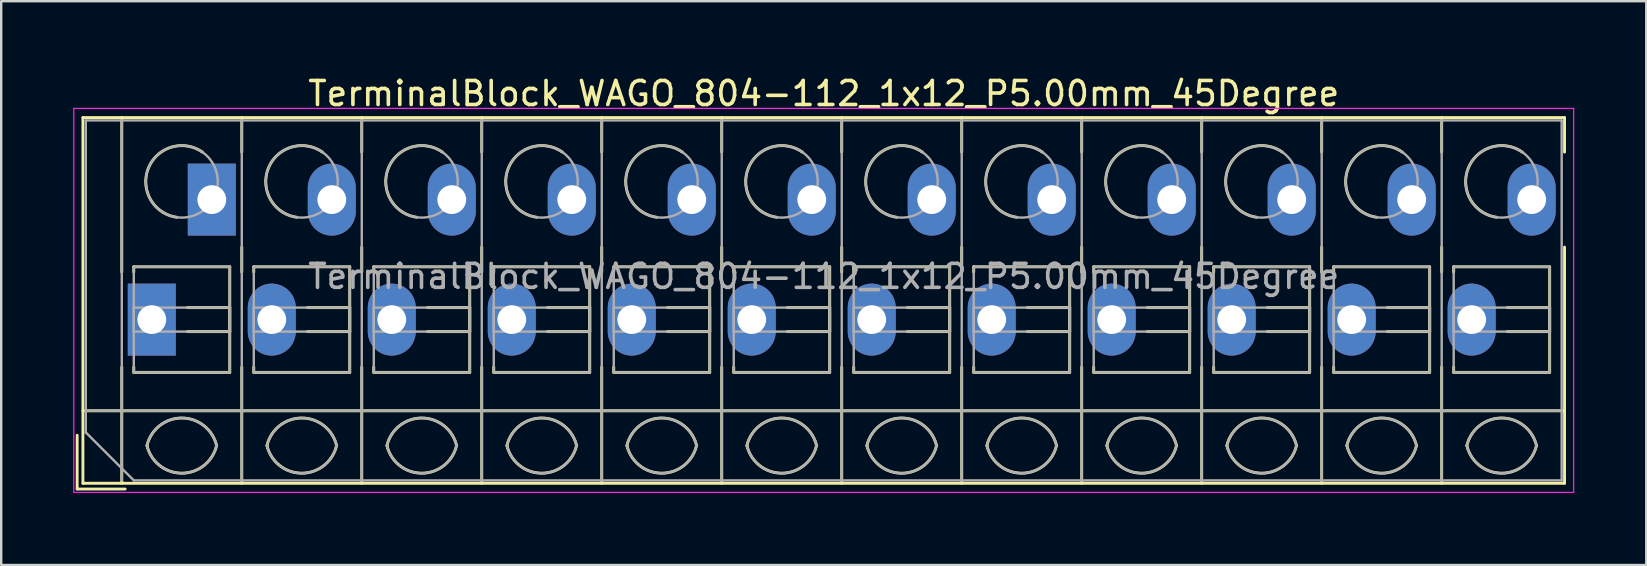
<source format=kicad_pcb>
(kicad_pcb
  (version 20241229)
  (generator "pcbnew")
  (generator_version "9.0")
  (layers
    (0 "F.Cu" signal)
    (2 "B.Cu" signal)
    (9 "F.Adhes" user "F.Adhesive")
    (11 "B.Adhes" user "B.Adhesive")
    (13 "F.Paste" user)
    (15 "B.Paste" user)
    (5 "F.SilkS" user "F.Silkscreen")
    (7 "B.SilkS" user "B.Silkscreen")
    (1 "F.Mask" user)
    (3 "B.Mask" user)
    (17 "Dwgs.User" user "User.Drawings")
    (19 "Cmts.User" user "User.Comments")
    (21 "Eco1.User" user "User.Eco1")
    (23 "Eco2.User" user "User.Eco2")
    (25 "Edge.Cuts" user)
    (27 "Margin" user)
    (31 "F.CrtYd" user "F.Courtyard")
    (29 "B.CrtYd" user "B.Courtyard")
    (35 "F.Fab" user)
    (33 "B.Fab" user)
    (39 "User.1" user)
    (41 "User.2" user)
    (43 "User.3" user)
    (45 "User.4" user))
  (footprint "TerminalBlock_WAGO_804-112_1x12_P5.00mm_45Degree"
    (layer "F.Cu")
    (at 3.275 10.268)
    (property "Reference" "TerminalBlock_WAGO_804-112_1x12_P5.00mm_45Degree" (at 28 -9.42 0) (layer "F.SilkS") (effects (font (size 1 1) (thickness 0.15))))
    (attr through_hole)
    (fp_line (start -3.11 4.82) (end -3.11 7.06) (stroke (width 0.12) (type solid)) (layer "F.SilkS"))
    (fp_line (start -3.11 7.06) (end -1.11 7.06) (stroke (width 0.12) (type solid)) (layer "F.SilkS"))
    (fp_line (start -2.87 -8.42) (end -2.87 6.82) (stroke (width 0.12) (type solid)) (layer "F.SilkS"))
    (fp_line (start -2.87 -8.42) (end 58.87 -8.42) (stroke (width 0.12) (type solid)) (layer "F.SilkS"))
    (fp_line (start -2.87 3.8) (end 58.87 3.8) (stroke (width 0.12) (type solid)) (layer "F.SilkS"))
    (fp_line (start -2.87 6.82) (end 58.87 6.82) (stroke (width 0.12) (type solid)) (layer "F.SilkS"))
    (fp_line (start -1.25 -8.42) (end -1.25 -1.98) (stroke (width 0.12) (type solid)) (layer "F.SilkS"))
    (fp_line (start -1.25 1.98) (end -1.25 6.82) (stroke (width 0.12) (type solid)) (layer "F.SilkS"))
    (fp_line (start -0.75 -2.2) (end -0.75 -1.98) (stroke (width 0.12) (type solid)) (layer "F.SilkS"))
    (fp_line (start -0.75 -2.2) (end 3.25 -2.2) (stroke (width 0.12) (type solid)) (layer "F.SilkS"))
    (fp_line (start -0.75 1.98) (end -0.75 2.2) (stroke (width 0.12) (type solid)) (layer "F.SilkS"))
    (fp_line (start -0.75 2.2) (end 3.25 2.2) (stroke (width 0.12) (type solid)) (layer "F.SilkS"))
    (fp_line (start 1.48 -0.5) (end 3.25 -0.5) (stroke (width 0.12) (type solid)) (layer "F.SilkS"))
    (fp_line (start 1.48 0.5) (end 3.25 0.5) (stroke (width 0.12) (type solid)) (layer "F.SilkS"))
    (fp_line (start 3.25 -2.2) (end 3.25 2.2) (stroke (width 0.12) (type solid)) (layer "F.SilkS"))
    (fp_line (start 3.25 -0.5) (end 3.25 0.5) (stroke (width 0.12) (type solid)) (layer "F.SilkS"))
    (fp_line (start 3.75 -8.42) (end 3.75 -6.98) (stroke (width 0.12) (type solid)) (layer "F.SilkS"))
    (fp_line (start 3.75 -3.02) (end 3.75 -1.98) (stroke (width 0.12) (type solid)) (layer "F.SilkS"))
    (fp_line (start 3.75 1.98) (end 3.75 6.82) (stroke (width 0.12) (type solid)) (layer "F.SilkS"))
    (fp_line (start 4.25 -2.2) (end 4.25 -1.98) (stroke (width 0.12) (type solid)) (layer "F.SilkS"))
    (fp_line (start 4.25 -2.2) (end 8.25 -2.2) (stroke (width 0.12) (type solid)) (layer "F.SilkS"))
    (fp_line (start 4.25 1.98) (end 4.25 2.2) (stroke (width 0.12) (type solid)) (layer "F.SilkS"))
    (fp_line (start 4.25 2.2) (end 8.25 2.2) (stroke (width 0.12) (type solid)) (layer "F.SilkS"))
    (fp_line (start 6.48 -0.5) (end 8.25 -0.5) (stroke (width 0.12) (type solid)) (layer "F.SilkS"))
    (fp_line (start 6.48 0.5) (end 8.25 0.5) (stroke (width 0.12) (type solid)) (layer "F.SilkS"))
    (fp_line (start 8.25 -2.2) (end 8.25 2.2) (stroke (width 0.12) (type solid)) (layer "F.SilkS"))
    (fp_line (start 8.25 -0.5) (end 8.25 0.5) (stroke (width 0.12) (type solid)) (layer "F.SilkS"))
    (fp_line (start 8.75 -8.42) (end 8.75 -6.98) (stroke (width 0.12) (type solid)) (layer "F.SilkS"))
    (fp_line (start 8.75 -3.02) (end 8.75 -1.98) (stroke (width 0.12) (type solid)) (layer "F.SilkS"))
    (fp_line (start 8.75 1.98) (end 8.75 6.82) (stroke (width 0.12) (type solid)) (layer "F.SilkS"))
    (fp_line (start 9.25 -2.2) (end 9.25 -1.98) (stroke (width 0.12) (type solid)) (layer "F.SilkS"))
    (fp_line (start 9.25 -2.2) (end 13.25 -2.2) (stroke (width 0.12) (type solid)) (layer "F.SilkS"))
    (fp_line (start 9.25 1.98) (end 9.25 2.2) (stroke (width 0.12) (type solid)) (layer "F.SilkS"))
    (fp_line (start 9.25 2.2) (end 13.25 2.2) (stroke (width 0.12) (type solid)) (layer "F.SilkS"))
    (fp_line (start 11.48 -0.5) (end 13.25 -0.5) (stroke (width 0.12) (type solid)) (layer "F.SilkS"))
    (fp_line (start 11.48 0.5) (end 13.25 0.5) (stroke (width 0.12) (type solid)) (layer "F.SilkS"))
    (fp_line (start 13.25 -2.2) (end 13.25 2.2) (stroke (width 0.12) (type solid)) (layer "F.SilkS"))
    (fp_line (start 13.25 -0.5) (end 13.25 0.5) (stroke (width 0.12) (type solid)) (layer "F.SilkS"))
    (fp_line (start 13.75 -8.42) (end 13.75 -6.98) (stroke (width 0.12) (type solid)) (layer "F.SilkS"))
    (fp_line (start 13.75 -3.02) (end 13.75 -1.98) (stroke (width 0.12) (type solid)) (layer "F.SilkS"))
    (fp_line (start 13.75 1.98) (end 13.75 6.82) (stroke (width 0.12) (type solid)) (layer "F.SilkS"))
    (fp_line (start 14.25 -2.2) (end 14.25 -1.98) (stroke (width 0.12) (type solid)) (layer "F.SilkS"))
    (fp_line (start 14.25 -2.2) (end 18.25 -2.2) (stroke (width 0.12) (type solid)) (layer "F.SilkS"))
    (fp_line (start 14.25 1.98) (end 14.25 2.2) (stroke (width 0.12) (type solid)) (layer "F.SilkS"))
    (fp_line (start 14.25 2.2) (end 18.25 2.2) (stroke (width 0.12) (type solid)) (layer "F.SilkS"))
    (fp_line (start 16.48 -0.5) (end 18.25 -0.5) (stroke (width 0.12) (type solid)) (layer "F.SilkS"))
    (fp_line (start 16.48 0.5) (end 18.25 0.5) (stroke (width 0.12) (type solid)) (layer "F.SilkS"))
    (fp_line (start 18.25 -2.2) (end 18.25 2.2) (stroke (width 0.12) (type solid)) (layer "F.SilkS"))
    (fp_line (start 18.25 -0.5) (end 18.25 0.5) (stroke (width 0.12) (type solid)) (layer "F.SilkS"))
    (fp_line (start 18.75 -8.42) (end 18.75 -6.98) (stroke (width 0.12) (type solid)) (layer "F.SilkS"))
    (fp_line (start 18.75 -3.02) (end 18.75 -1.98) (stroke (width 0.12) (type solid)) (layer "F.SilkS"))
    (fp_line (start 18.75 1.98) (end 18.75 6.82) (stroke (width 0.12) (type solid)) (layer "F.SilkS"))
    (fp_line (start 19.25 -2.2) (end 19.25 -1.98) (stroke (width 0.12) (type solid)) (layer "F.SilkS"))
    (fp_line (start 19.25 -2.2) (end 23.25 -2.2) (stroke (width 0.12) (type solid)) (layer "F.SilkS"))
    (fp_line (start 19.25 1.98) (end 19.25 2.2) (stroke (width 0.12) (type solid)) (layer "F.SilkS"))
    (fp_line (start 19.25 2.2) (end 23.25 2.2) (stroke (width 0.12) (type solid)) (layer "F.SilkS"))
    (fp_line (start 21.48 -0.5) (end 23.25 -0.5) (stroke (width 0.12) (type solid)) (layer "F.SilkS"))
    (fp_line (start 21.48 0.5) (end 23.25 0.5) (stroke (width 0.12) (type solid)) (layer "F.SilkS"))
    (fp_line (start 23.25 -2.2) (end 23.25 2.2) (stroke (width 0.12) (type solid)) (layer "F.SilkS"))
    (fp_line (start 23.25 -0.5) (end 23.25 0.5) (stroke (width 0.12) (type solid)) (layer "F.SilkS"))
    (fp_line (start 23.75 -8.42) (end 23.75 -6.98) (stroke (width 0.12) (type solid)) (layer "F.SilkS"))
    (fp_line (start 23.75 -3.02) (end 23.75 -1.98) (stroke (width 0.12) (type solid)) (layer "F.SilkS"))
    (fp_line (start 23.75 1.98) (end 23.75 6.82) (stroke (width 0.12) (type solid)) (layer "F.SilkS"))
    (fp_line (start 24.25 -2.2) (end 24.25 -1.98) (stroke (width 0.12) (type solid)) (layer "F.SilkS"))
    (fp_line (start 24.25 -2.2) (end 28.25 -2.2) (stroke (width 0.12) (type solid)) (layer "F.SilkS"))
    (fp_line (start 24.25 1.98) (end 24.25 2.2) (stroke (width 0.12) (type solid)) (layer "F.SilkS"))
    (fp_line (start 24.25 2.2) (end 28.25 2.2) (stroke (width 0.12) (type solid)) (layer "F.SilkS"))
    (fp_line (start 26.48 -0.5) (end 28.25 -0.5) (stroke (width 0.12) (type solid)) (layer "F.SilkS"))
    (fp_line (start 26.48 0.5) (end 28.25 0.5) (stroke (width 0.12) (type solid)) (layer "F.SilkS"))
    (fp_line (start 28.25 -2.2) (end 28.25 2.2) (stroke (width 0.12) (type solid)) (layer "F.SilkS"))
    (fp_line (start 28.25 -0.5) (end 28.25 0.5) (stroke (width 0.12) (type solid)) (layer "F.SilkS"))
    (fp_line (start 28.75 -8.42) (end 28.75 -6.98) (stroke (width 0.12) (type solid)) (layer "F.SilkS"))
    (fp_line (start 28.75 -3.02) (end 28.75 -1.98) (stroke (width 0.12) (type solid)) (layer "F.SilkS"))
    (fp_line (start 28.75 1.98) (end 28.75 6.82) (stroke (width 0.12) (type solid)) (layer "F.SilkS"))
    (fp_line (start 29.25 -2.2) (end 29.25 -1.98) (stroke (width 0.12) (type solid)) (layer "F.SilkS"))
    (fp_line (start 29.25 -2.2) (end 33.25 -2.2) (stroke (width 0.12) (type solid)) (layer "F.SilkS"))
    (fp_line (start 29.25 1.98) (end 29.25 2.2) (stroke (width 0.12) (type solid)) (layer "F.SilkS"))
    (fp_line (start 29.25 2.2) (end 33.25 2.2) (stroke (width 0.12) (type solid)) (layer "F.SilkS"))
    (fp_line (start 31.48 -0.5) (end 33.25 -0.5) (stroke (width 0.12) (type solid)) (layer "F.SilkS"))
    (fp_line (start 31.48 0.5) (end 33.25 0.5) (stroke (width 0.12) (type solid)) (layer "F.SilkS"))
    (fp_line (start 33.25 -2.2) (end 33.25 2.2) (stroke (width 0.12) (type solid)) (layer "F.SilkS"))
    (fp_line (start 33.25 -0.5) (end 33.25 0.5) (stroke (width 0.12) (type solid)) (layer "F.SilkS"))
    (fp_line (start 33.75 -8.42) (end 33.75 -6.98) (stroke (width 0.12) (type solid)) (layer "F.SilkS"))
    (fp_line (start 33.75 -3.02) (end 33.75 -1.98) (stroke (width 0.12) (type solid)) (layer "F.SilkS"))
    (fp_line (start 33.75 1.98) (end 33.75 6.82) (stroke (width 0.12) (type solid)) (layer "F.SilkS"))
    (fp_line (start 34.25 -2.2) (end 34.25 -1.98) (stroke (width 0.12) (type solid)) (layer "F.SilkS"))
    (fp_line (start 34.25 -2.2) (end 38.25 -2.2) (stroke (width 0.12) (type solid)) (layer "F.SilkS"))
    (fp_line (start 34.25 1.98) (end 34.25 2.2) (stroke (width 0.12) (type solid)) (layer "F.SilkS"))
    (fp_line (start 34.25 2.2) (end 38.25 2.2) (stroke (width 0.12) (type solid)) (layer "F.SilkS"))
    (fp_line (start 36.48 -0.5) (end 38.25 -0.5) (stroke (width 0.12) (type solid)) (layer "F.SilkS"))
    (fp_line (start 36.48 0.5) (end 38.25 0.5) (stroke (width 0.12) (type solid)) (layer "F.SilkS"))
    (fp_line (start 38.25 -2.2) (end 38.25 2.2) (stroke (width 0.12) (type solid)) (layer "F.SilkS"))
    (fp_line (start 38.25 -0.5) (end 38.25 0.5) (stroke (width 0.12) (type solid)) (layer "F.SilkS"))
    (fp_line (start 38.75 -8.42) (end 38.75 -6.98) (stroke (width 0.12) (type solid)) (layer "F.SilkS"))
    (fp_line (start 38.75 -3.02) (end 38.75 -1.98) (stroke (width 0.12) (type solid)) (layer "F.SilkS"))
    (fp_line (start 38.75 1.98) (end 38.75 6.82) (stroke (width 0.12) (type solid)) (layer "F.SilkS"))
    (fp_line (start 39.25 -2.2) (end 39.25 -1.98) (stroke (width 0.12) (type solid)) (layer "F.SilkS"))
    (fp_line (start 39.25 -2.2) (end 43.25 -2.2) (stroke (width 0.12) (type solid)) (layer "F.SilkS"))
    (fp_line (start 39.25 1.98) (end 39.25 2.2) (stroke (width 0.12) (type solid)) (layer "F.SilkS"))
    (fp_line (start 39.25 2.2) (end 43.25 2.2) (stroke (width 0.12) (type solid)) (layer "F.SilkS"))
    (fp_line (start 41.48 -0.5) (end 43.25 -0.5) (stroke (width 0.12) (type solid)) (layer "F.SilkS"))
    (fp_line (start 41.48 0.5) (end 43.25 0.5) (stroke (width 0.12) (type solid)) (layer "F.SilkS"))
    (fp_line (start 43.25 -2.2) (end 43.25 2.2) (stroke (width 0.12) (type solid)) (layer "F.SilkS"))
    (fp_line (start 43.25 -0.5) (end 43.25 0.5) (stroke (width 0.12) (type solid)) (layer "F.SilkS"))
    (fp_line (start 43.75 -8.42) (end 43.75 -6.98) (stroke (width 0.12) (type solid)) (layer "F.SilkS"))
    (fp_line (start 43.75 -3.02) (end 43.75 -1.98) (stroke (width 0.12) (type solid)) (layer "F.SilkS"))
    (fp_line (start 43.75 1.98) (end 43.75 6.82) (stroke (width 0.12) (type solid)) (layer "F.SilkS"))
    (fp_line (start 44.25 -2.2) (end 44.25 -1.98) (stroke (width 0.12) (type solid)) (layer "F.SilkS"))
    (fp_line (start 44.25 -2.2) (end 48.25 -2.2) (stroke (width 0.12) (type solid)) (layer "F.SilkS"))
    (fp_line (start 44.25 1.98) (end 44.25 2.2) (stroke (width 0.12) (type solid)) (layer "F.SilkS"))
    (fp_line (start 44.25 2.2) (end 48.25 2.2) (stroke (width 0.12) (type solid)) (layer "F.SilkS"))
    (fp_line (start 46.48 -0.5) (end 48.25 -0.5) (stroke (width 0.12) (type solid)) (layer "F.SilkS"))
    (fp_line (start 46.48 0.5) (end 48.25 0.5) (stroke (width 0.12) (type solid)) (layer "F.SilkS"))
    (fp_line (start 48.25 -2.2) (end 48.25 2.2) (stroke (width 0.12) (type solid)) (layer "F.SilkS"))
    (fp_line (start 48.25 -0.5) (end 48.25 0.5) (stroke (width 0.12) (type solid)) (layer "F.SilkS"))
    (fp_line (start 48.75 -8.42) (end 48.75 -6.98) (stroke (width 0.12) (type solid)) (layer "F.SilkS"))
    (fp_line (start 48.75 -3.02) (end 48.75 -1.98) (stroke (width 0.12) (type solid)) (layer "F.SilkS"))
    (fp_line (start 48.75 1.98) (end 48.75 6.82) (stroke (width 0.12) (type solid)) (layer "F.SilkS"))
    (fp_line (start 49.25 -2.2) (end 49.25 -1.98) (stroke (width 0.12) (type solid)) (layer "F.SilkS"))
    (fp_line (start 49.25 -2.2) (end 53.25 -2.2) (stroke (width 0.12) (type solid)) (layer "F.SilkS"))
    (fp_line (start 49.25 1.98) (end 49.25 2.2) (stroke (width 0.12) (type solid)) (layer "F.SilkS"))
    (fp_line (start 49.25 2.2) (end 53.25 2.2) (stroke (width 0.12) (type solid)) (layer "F.SilkS"))
    (fp_line (start 51.48 -0.5) (end 53.25 -0.5) (stroke (width 0.12) (type solid)) (layer "F.SilkS"))
    (fp_line (start 51.48 0.5) (end 53.25 0.5) (stroke (width 0.12) (type solid)) (layer "F.SilkS"))
    (fp_line (start 53.25 -2.2) (end 53.25 2.2) (stroke (width 0.12) (type solid)) (layer "F.SilkS"))
    (fp_line (start 53.25 -0.5) (end 53.25 0.5) (stroke (width 0.12) (type solid)) (layer "F.SilkS"))
    (fp_line (start 53.75 -8.42) (end 53.75 -6.98) (stroke (width 0.12) (type solid)) (layer "F.SilkS"))
    (fp_line (start 53.75 -3.02) (end 53.75 -1.98) (stroke (width 0.12) (type solid)) (layer "F.SilkS"))
    (fp_line (start 53.75 1.98) (end 53.75 6.82) (stroke (width 0.12) (type solid)) (layer "F.SilkS"))
    (fp_line (start 54.25 -2.2) (end 54.25 -1.98) (stroke (width 0.12) (type solid)) (layer "F.SilkS"))
    (fp_line (start 54.25 -2.2) (end 58.25 -2.2) (stroke (width 0.12) (type solid)) (layer "F.SilkS"))
    (fp_line (start 54.25 1.98) (end 54.25 2.2) (stroke (width 0.12) (type solid)) (layer "F.SilkS"))
    (fp_line (start 54.25 2.2) (end 58.25 2.2) (stroke (width 0.12) (type solid)) (layer "F.SilkS"))
    (fp_line (start 56.48 -0.5) (end 58.25 -0.5) (stroke (width 0.12) (type solid)) (layer "F.SilkS"))
    (fp_line (start 56.48 0.5) (end 58.25 0.5) (stroke (width 0.12) (type solid)) (layer "F.SilkS"))
    (fp_line (start 58.25 -2.2) (end 58.25 2.2) (stroke (width 0.12) (type solid)) (layer "F.SilkS"))
    (fp_line (start 58.25 -0.5) (end 58.25 0.5) (stroke (width 0.12) (type solid)) (layer "F.SilkS"))
    (fp_line (start 58.87 -8.42) (end 58.87 -6.98) (stroke (width 0.12) (type solid)) (layer "F.SilkS"))
    (fp_line (start 58.87 -3.02) (end 58.87 6.82) (stroke (width 0.12) (type solid)) (layer "F.SilkS"))
    (fp_arc (start -0.200865 5.250424) (mid 1.250296 4.099926) (end 2.701 5.251) (stroke (width 0.12) (type solid)) (layer "F.SilkS"))
    (fp_arc (start 1.040798 -4.264067) (mid -0.146039 -6.300306) (end 2.111 -6.979) (stroke (width 0.12) (type solid)) (layer "F.SilkS"))
    (fp_arc (start 2.7 5.25) (mid 1.250068 6.400101) (end -0.199969 5.250133) (stroke (width 0.12) (type solid)) (layer "F.SilkS"))
    (fp_arc (start 4.799135 5.250424) (mid 6.250296 4.099926) (end 7.701 5.251) (stroke (width 0.12) (type solid)) (layer "F.SilkS"))
    (fp_arc (start 6.040798 -4.264067) (mid 4.853961 -6.300306) (end 7.111 -6.979) (stroke (width 0.12) (type solid)) (layer "F.SilkS"))
    (fp_arc (start 7.7 5.25) (mid 6.250068 6.400101) (end 4.800031 5.250133) (stroke (width 0.12) (type solid)) (layer "F.SilkS"))
    (fp_arc (start 9.799135 5.250424) (mid 11.250296 4.099926) (end 12.701 5.251) (stroke (width 0.12) (type solid)) (layer "F.SilkS"))
    (fp_arc (start 11.040798 -4.264067) (mid 9.853961 -6.300306) (end 12.111 -6.979) (stroke (width 0.12) (type solid)) (layer "F.SilkS"))
    (fp_arc (start 12.7 5.25) (mid 11.250068 6.400101) (end 9.800031 5.250133) (stroke (width 0.12) (type solid)) (layer "F.SilkS"))
    (fp_arc (start 14.799135 5.250424) (mid 16.250296 4.099926) (end 17.701 5.251) (stroke (width 0.12) (type solid)) (layer "F.SilkS"))
    (fp_arc (start 16.040798 -4.264067) (mid 14.853961 -6.300306) (end 17.111 -6.979) (stroke (width 0.12) (type solid)) (layer "F.SilkS"))
    (fp_arc (start 17.7 5.25) (mid 16.250068 6.400101) (end 14.800031 5.250133) (stroke (width 0.12) (type solid)) (layer "F.SilkS"))
    (fp_arc (start 19.799135 5.250424) (mid 21.250296 4.099926) (end 22.701 5.251) (stroke (width 0.12) (type solid)) (layer "F.SilkS"))
    (fp_arc (start 21.040798 -4.264067) (mid 19.853961 -6.300306) (end 22.111 -6.979) (stroke (width 0.12) (type solid)) (layer "F.SilkS"))
    (fp_arc (start 22.7 5.25) (mid 21.250068 6.400101) (end 19.800031 5.250133) (stroke (width 0.12) (type solid)) (layer "F.SilkS"))
    (fp_arc (start 24.799135 5.250424) (mid 26.250296 4.099926) (end 27.701 5.251) (stroke (width 0.12) (type solid)) (layer "F.SilkS"))
    (fp_arc (start 26.040798 -4.264067) (mid 24.853961 -6.300306) (end 27.111 -6.979) (stroke (width 0.12) (type solid)) (layer "F.SilkS"))
    (fp_arc (start 27.7 5.25) (mid 26.250068 6.400101) (end 24.800031 5.250133) (stroke (width 0.12) (type solid)) (layer "F.SilkS"))
    (fp_arc (start 29.799135 5.250424) (mid 31.250296 4.099926) (end 32.701 5.251) (stroke (width 0.12) (type solid)) (layer "F.SilkS"))
    (fp_arc (start 31.040798 -4.264067) (mid 29.853961 -6.300306) (end 32.111 -6.979) (stroke (width 0.12) (type solid)) (layer "F.SilkS"))
    (fp_arc (start 32.701 5.25) (mid 31.250296 6.401074) (end 29.799135 5.250576) (stroke (width 0.12) (type solid)) (layer "F.SilkS"))
    (fp_arc (start 34.799135 5.250424) (mid 36.250296 4.099926) (end 37.701 5.251) (stroke (width 0.12) (type solid)) (layer "F.SilkS"))
    (fp_arc (start 36.040798 -4.264067) (mid 34.853961 -6.300306) (end 37.111 -6.979) (stroke (width 0.12) (type solid)) (layer "F.SilkS"))
    (fp_arc (start 37.7 5.25) (mid 36.250068 6.400101) (end 34.800031 5.250133) (stroke (width 0.12) (type solid)) (layer "F.SilkS"))
    (fp_arc (start 39.799135 5.250424) (mid 41.250296 4.099926) (end 42.701 5.251) (stroke (width 0.12) (type solid)) (layer "F.SilkS"))
    (fp_arc (start 41.040798 -4.264067) (mid 39.853961 -6.300306) (end 42.111 -6.979) (stroke (width 0.12) (type solid)) (layer "F.SilkS"))
    (fp_arc (start 42.7 5.25) (mid 41.250068 6.400101) (end 39.800031 5.250133) (stroke (width 0.12) (type solid)) (layer "F.SilkS"))
    (fp_arc (start 44.799135 5.250424) (mid 46.250296 4.099926) (end 47.701 5.251) (stroke (width 0.12) (type solid)) (layer "F.SilkS"))
    (fp_arc (start 46.040798 -4.264067) (mid 44.853961 -6.300306) (end 47.111 -6.979) (stroke (width 0.12) (type solid)) (layer "F.SilkS"))
    (fp_arc (start 47.7 5.25) (mid 46.250068 6.400101) (end 44.800031 5.250133) (stroke (width 0.12) (type solid)) (layer "F.SilkS"))
    (fp_arc (start 49.799135 5.250424) (mid 51.250296 4.099926) (end 52.701 5.251) (stroke (width 0.12) (type solid)) (layer "F.SilkS"))
    (fp_arc (start 51.040798 -4.264067) (mid 49.853961 -6.300306) (end 52.111 -6.979) (stroke (width 0.12) (type solid)) (layer "F.SilkS"))
    (fp_arc (start 52.7 5.25) (mid 51.250068 6.400101) (end 49.800031 5.250133) (stroke (width 0.12) (type solid)) (layer "F.SilkS"))
    (fp_arc (start 54.799135 5.250424) (mid 56.250296 4.099926) (end 57.701 5.251) (stroke (width 0.12) (type solid)) (layer "F.SilkS"))
    (fp_arc (start 56.040798 -4.264067) (mid 54.853961 -6.300306) (end 57.111 -6.979) (stroke (width 0.12) (type solid)) (layer "F.SilkS"))
    (fp_arc (start 57.7 5.25) (mid 56.250068 6.400101) (end 54.800031 5.250133) (stroke (width 0.12) (type solid)) (layer "F.SilkS"))
    (fp_line (start -3.25 -8.8) (end -3.25 7.2) (stroke (width 0.05) (type solid)) (layer "F.CrtYd"))
    (fp_line (start -3.25 7.2) (end 59.25 7.2) (stroke (width 0.05) (type solid)) (layer "F.CrtYd"))
    (fp_line (start 59.25 -8.8) (end -3.25 -8.8) (stroke (width 0.05) (type solid)) (layer "F.CrtYd"))
    (fp_line (start 59.25 7.2) (end 59.25 -8.8) (stroke (width 0.05) (type solid)) (layer "F.CrtYd"))
    (fp_line (start -2.75 -8.3) (end 58.75 -8.3) (stroke (width 0.1) (type solid)) (layer "F.Fab"))
    (fp_line (start -2.75 3.8) (end 58.75 3.8) (stroke (width 0.1) (type solid)) (layer "F.Fab"))
    (fp_line (start -2.75 4.7) (end -2.75 -8.3) (stroke (width 0.1) (type solid)) (layer "F.Fab"))
    (fp_line (start -1.25 -8.3) (end -1.25 6.7) (stroke (width 0.1) (type solid)) (layer "F.Fab"))
    (fp_line (start -0.75 -2.2) (end -0.75 2.2) (stroke (width 0.1) (type solid)) (layer "F.Fab"))
    (fp_line (start -0.75 -0.5) (end -0.75 0.5) (stroke (width 0.1) (type solid)) (layer "F.Fab"))
    (fp_line (start -0.75 0.5) (end 3.25 0.5) (stroke (width 0.1) (type solid)) (layer "F.Fab"))
    (fp_line (start -0.75 2.2) (end 3.25 2.2) (stroke (width 0.1) (type solid)) (layer "F.Fab"))
    (fp_line (start -0.75 6.7) (end -2.75 4.7) (stroke (width 0.1) (type solid)) (layer "F.Fab"))
    (fp_line (start 3.25 -2.2) (end -0.75 -2.2) (stroke (width 0.1) (type solid)) (layer "F.Fab"))
    (fp_line (start 3.25 -0.5) (end -0.75 -0.5) (stroke (width 0.1) (type solid)) (layer "F.Fab"))
    (fp_line (start 3.25 0.5) (end 3.25 -0.5) (stroke (width 0.1) (type solid)) (layer "F.Fab"))
    (fp_line (start 3.25 2.2) (end 3.25 -2.2) (stroke (width 0.1) (type solid)) (layer "F.Fab"))
    (fp_line (start 3.75 -8.3) (end 3.75 6.7) (stroke (width 0.1) (type solid)) (layer "F.Fab"))
    (fp_line (start 4.25 -2.2) (end 4.25 2.2) (stroke (width 0.1) (type solid)) (layer "F.Fab"))
    (fp_line (start 4.25 -0.5) (end 4.25 0.5) (stroke (width 0.1) (type solid)) (layer "F.Fab"))
    (fp_line (start 4.25 0.5) (end 8.25 0.5) (stroke (width 0.1) (type solid)) (layer "F.Fab"))
    (fp_line (start 4.25 2.2) (end 8.25 2.2) (stroke (width 0.1) (type solid)) (layer "F.Fab"))
    (fp_line (start 8.25 -2.2) (end 4.25 -2.2) (stroke (width 0.1) (type solid)) (layer "F.Fab"))
    (fp_line (start 8.25 -0.5) (end 4.25 -0.5) (stroke (width 0.1) (type solid)) (layer "F.Fab"))
    (fp_line (start 8.25 0.5) (end 8.25 -0.5) (stroke (width 0.1) (type solid)) (layer "F.Fab"))
    (fp_line (start 8.25 2.2) (end 8.25 -2.2) (stroke (width 0.1) (type solid)) (layer "F.Fab"))
    (fp_line (start 8.75 -8.3) (end 8.75 6.7) (stroke (width 0.1) (type solid)) (layer "F.Fab"))
    (fp_line (start 9.25 -2.2) (end 9.25 2.2) (stroke (width 0.1) (type solid)) (layer "F.Fab"))
    (fp_line (start 9.25 -0.5) (end 9.25 0.5) (stroke (width 0.1) (type solid)) (layer "F.Fab"))
    (fp_line (start 9.25 0.5) (end 13.25 0.5) (stroke (width 0.1) (type solid)) (layer "F.Fab"))
    (fp_line (start 9.25 2.2) (end 13.25 2.2) (stroke (width 0.1) (type solid)) (layer "F.Fab"))
    (fp_line (start 13.25 -2.2) (end 9.25 -2.2) (stroke (width 0.1) (type solid)) (layer "F.Fab"))
    (fp_line (start 13.25 -0.5) (end 9.25 -0.5) (stroke (width 0.1) (type solid)) (layer "F.Fab"))
    (fp_line (start 13.25 0.5) (end 13.25 -0.5) (stroke (width 0.1) (type solid)) (layer "F.Fab"))
    (fp_line (start 13.25 2.2) (end 13.25 -2.2) (stroke (width 0.1) (type solid)) (layer "F.Fab"))
    (fp_line (start 13.75 -8.3) (end 13.75 6.7) (stroke (width 0.1) (type solid)) (layer "F.Fab"))
    (fp_line (start 14.25 -2.2) (end 14.25 2.2) (stroke (width 0.1) (type solid)) (layer "F.Fab"))
    (fp_line (start 14.25 -0.5) (end 14.25 0.5) (stroke (width 0.1) (type solid)) (layer "F.Fab"))
    (fp_line (start 14.25 0.5) (end 18.25 0.5) (stroke (width 0.1) (type solid)) (layer "F.Fab"))
    (fp_line (start 14.25 2.2) (end 18.25 2.2) (stroke (width 0.1) (type solid)) (layer "F.Fab"))
    (fp_line (start 18.25 -2.2) (end 14.25 -2.2) (stroke (width 0.1) (type solid)) (layer "F.Fab"))
    (fp_line (start 18.25 -0.5) (end 14.25 -0.5) (stroke (width 0.1) (type solid)) (layer "F.Fab"))
    (fp_line (start 18.25 0.5) (end 18.25 -0.5) (stroke (width 0.1) (type solid)) (layer "F.Fab"))
    (fp_line (start 18.25 2.2) (end 18.25 -2.2) (stroke (width 0.1) (type solid)) (layer "F.Fab"))
    (fp_line (start 18.75 -8.3) (end 18.75 6.7) (stroke (width 0.1) (type solid)) (layer "F.Fab"))
    (fp_line (start 19.25 -2.2) (end 19.25 2.2) (stroke (width 0.1) (type solid)) (layer "F.Fab"))
    (fp_line (start 19.25 -0.5) (end 19.25 0.5) (stroke (width 0.1) (type solid)) (layer "F.Fab"))
    (fp_line (start 19.25 0.5) (end 23.25 0.5) (stroke (width 0.1) (type solid)) (layer "F.Fab"))
    (fp_line (start 19.25 2.2) (end 23.25 2.2) (stroke (width 0.1) (type solid)) (layer "F.Fab"))
    (fp_line (start 23.25 -2.2) (end 19.25 -2.2) (stroke (width 0.1) (type solid)) (layer "F.Fab"))
    (fp_line (start 23.25 -0.5) (end 19.25 -0.5) (stroke (width 0.1) (type solid)) (layer "F.Fab"))
    (fp_line (start 23.25 0.5) (end 23.25 -0.5) (stroke (width 0.1) (type solid)) (layer "F.Fab"))
    (fp_line (start 23.25 2.2) (end 23.25 -2.2) (stroke (width 0.1) (type solid)) (layer "F.Fab"))
    (fp_line (start 23.75 -8.3) (end 23.75 6.7) (stroke (width 0.1) (type solid)) (layer "F.Fab"))
    (fp_line (start 24.25 -2.2) (end 24.25 2.2) (stroke (width 0.1) (type solid)) (layer "F.Fab"))
    (fp_line (start 24.25 -0.5) (end 24.25 0.5) (stroke (width 0.1) (type solid)) (layer "F.Fab"))
    (fp_line (start 24.25 0.5) (end 28.25 0.5) (stroke (width 0.1) (type solid)) (layer "F.Fab"))
    (fp_line (start 24.25 2.2) (end 28.25 2.2) (stroke (width 0.1) (type solid)) (layer "F.Fab"))
    (fp_line (start 28.25 -2.2) (end 24.25 -2.2) (stroke (width 0.1) (type solid)) (layer "F.Fab"))
    (fp_line (start 28.25 -0.5) (end 24.25 -0.5) (stroke (width 0.1) (type solid)) (layer "F.Fab"))
    (fp_line (start 28.25 0.5) (end 28.25 -0.5) (stroke (width 0.1) (type solid)) (layer "F.Fab"))
    (fp_line (start 28.25 2.2) (end 28.25 -2.2) (stroke (width 0.1) (type solid)) (layer "F.Fab"))
    (fp_line (start 28.75 -8.3) (end 28.75 6.7) (stroke (width 0.1) (type solid)) (layer "F.Fab"))
    (fp_line (start 29.25 -2.2) (end 29.25 2.2) (stroke (width 0.1) (type solid)) (layer "F.Fab"))
    (fp_line (start 29.25 -0.5) (end 29.25 0.5) (stroke (width 0.1) (type solid)) (layer "F.Fab"))
    (fp_line (start 29.25 0.5) (end 33.25 0.5) (stroke (width 0.1) (type solid)) (layer "F.Fab"))
    (fp_line (start 29.25 2.2) (end 33.25 2.2) (stroke (width 0.1) (type solid)) (layer "F.Fab"))
    (fp_line (start 33.25 -2.2) (end 29.25 -2.2) (stroke (width 0.1) (type solid)) (layer "F.Fab"))
    (fp_line (start 33.25 -0.5) (end 29.25 -0.5) (stroke (width 0.1) (type solid)) (layer "F.Fab"))
    (fp_line (start 33.25 0.5) (end 33.25 -0.5) (stroke (width 0.1) (type solid)) (layer "F.Fab"))
    (fp_line (start 33.25 2.2) (end 33.25 -2.2) (stroke (width 0.1) (type solid)) (layer "F.Fab"))
    (fp_line (start 33.75 -8.3) (end 33.75 6.7) (stroke (width 0.1) (type solid)) (layer "F.Fab"))
    (fp_line (start 34.25 -2.2) (end 34.25 2.2) (stroke (width 0.1) (type solid)) (layer "F.Fab"))
    (fp_line (start 34.25 -0.5) (end 34.25 0.5) (stroke (width 0.1) (type solid)) (layer "F.Fab"))
    (fp_line (start 34.25 0.5) (end 38.25 0.5) (stroke (width 0.1) (type solid)) (layer "F.Fab"))
    (fp_line (start 34.25 2.2) (end 38.25 2.2) (stroke (width 0.1) (type solid)) (layer "F.Fab"))
    (fp_line (start 38.25 -2.2) (end 34.25 -2.2) (stroke (width 0.1) (type solid)) (layer "F.Fab"))
    (fp_line (start 38.25 -0.5) (end 34.25 -0.5) (stroke (width 0.1) (type solid)) (layer "F.Fab"))
    (fp_line (start 38.25 0.5) (end 38.25 -0.5) (stroke (width 0.1) (type solid)) (layer "F.Fab"))
    (fp_line (start 38.25 2.2) (end 38.25 -2.2) (stroke (width 0.1) (type solid)) (layer "F.Fab"))
    (fp_line (start 38.75 -8.3) (end 38.75 6.7) (stroke (width 0.1) (type solid)) (layer "F.Fab"))
    (fp_line (start 39.25 -2.2) (end 39.25 2.2) (stroke (width 0.1) (type solid)) (layer "F.Fab"))
    (fp_line (start 39.25 -0.5) (end 39.25 0.5) (stroke (width 0.1) (type solid)) (layer "F.Fab"))
    (fp_line (start 39.25 0.5) (end 43.25 0.5) (stroke (width 0.1) (type solid)) (layer "F.Fab"))
    (fp_line (start 39.25 2.2) (end 43.25 2.2) (stroke (width 0.1) (type solid)) (layer "F.Fab"))
    (fp_line (start 43.25 -2.2) (end 39.25 -2.2) (stroke (width 0.1) (type solid)) (layer "F.Fab"))
    (fp_line (start 43.25 -0.5) (end 39.25 -0.5) (stroke (width 0.1) (type solid)) (layer "F.Fab"))
    (fp_line (start 43.25 0.5) (end 43.25 -0.5) (stroke (width 0.1) (type solid)) (layer "F.Fab"))
    (fp_line (start 43.25 2.2) (end 43.25 -2.2) (stroke (width 0.1) (type solid)) (layer "F.Fab"))
    (fp_line (start 43.75 -8.3) (end 43.75 6.7) (stroke (width 0.1) (type solid)) (layer "F.Fab"))
    (fp_line (start 44.25 -2.2) (end 44.25 2.2) (stroke (width 0.1) (type solid)) (layer "F.Fab"))
    (fp_line (start 44.25 -0.5) (end 44.25 0.5) (stroke (width 0.1) (type solid)) (layer "F.Fab"))
    (fp_line (start 44.25 0.5) (end 48.25 0.5) (stroke (width 0.1) (type solid)) (layer "F.Fab"))
    (fp_line (start 44.25 2.2) (end 48.25 2.2) (stroke (width 0.1) (type solid)) (layer "F.Fab"))
    (fp_line (start 48.25 -2.2) (end 44.25 -2.2) (stroke (width 0.1) (type solid)) (layer "F.Fab"))
    (fp_line (start 48.25 -0.5) (end 44.25 -0.5) (stroke (width 0.1) (type solid)) (layer "F.Fab"))
    (fp_line (start 48.25 0.5) (end 48.25 -0.5) (stroke (width 0.1) (type solid)) (layer "F.Fab"))
    (fp_line (start 48.25 2.2) (end 48.25 -2.2) (stroke (width 0.1) (type solid)) (layer "F.Fab"))
    (fp_line (start 48.75 -8.3) (end 48.75 6.7) (stroke (width 0.1) (type solid)) (layer "F.Fab"))
    (fp_line (start 49.25 -2.2) (end 49.25 2.2) (stroke (width 0.1) (type solid)) (layer "F.Fab"))
    (fp_line (start 49.25 -0.5) (end 49.25 0.5) (stroke (width 0.1) (type solid)) (layer "F.Fab"))
    (fp_line (start 49.25 0.5) (end 53.25 0.5) (stroke (width 0.1) (type solid)) (layer "F.Fab"))
    (fp_line (start 49.25 2.2) (end 53.25 2.2) (stroke (width 0.1) (type solid)) (layer "F.Fab"))
    (fp_line (start 53.25 -2.2) (end 49.25 -2.2) (stroke (width 0.1) (type solid)) (layer "F.Fab"))
    (fp_line (start 53.25 -0.5) (end 49.25 -0.5) (stroke (width 0.1) (type solid)) (layer "F.Fab"))
    (fp_line (start 53.25 0.5) (end 53.25 -0.5) (stroke (width 0.1) (type solid)) (layer "F.Fab"))
    (fp_line (start 53.25 2.2) (end 53.25 -2.2) (stroke (width 0.1) (type solid)) (layer "F.Fab"))
    (fp_line (start 53.75 -8.3) (end 53.75 6.7) (stroke (width 0.1) (type solid)) (layer "F.Fab"))
    (fp_line (start 54.25 -2.2) (end 54.25 2.2) (stroke (width 0.1) (type solid)) (layer "F.Fab"))
    (fp_line (start 54.25 -0.5) (end 54.25 0.5) (stroke (width 0.1) (type solid)) (layer "F.Fab"))
    (fp_line (start 54.25 0.5) (end 58.25 0.5) (stroke (width 0.1) (type solid)) (layer "F.Fab"))
    (fp_line (start 54.25 2.2) (end 58.25 2.2) (stroke (width 0.1) (type solid)) (layer "F.Fab"))
    (fp_line (start 58.25 -2.2) (end 54.25 -2.2) (stroke (width 0.1) (type solid)) (layer "F.Fab"))
    (fp_line (start 58.25 -0.5) (end 54.25 -0.5) (stroke (width 0.1) (type solid)) (layer "F.Fab"))
    (fp_line (start 58.25 0.5) (end 58.25 -0.5) (stroke (width 0.1) (type solid)) (layer "F.Fab"))
    (fp_line (start 58.25 2.2) (end 58.25 -2.2) (stroke (width 0.1) (type solid)) (layer "F.Fab"))
    (fp_line (start 58.75 -8.3) (end 58.75 6.7) (stroke (width 0.1) (type solid)) (layer "F.Fab"))
    (fp_line (start 58.75 6.7) (end -0.75 6.7) (stroke (width 0.1) (type solid)) (layer "F.Fab"))
    (fp_arc (start -0.200865 5.250424) (mid 1.250296 4.099926) (end 2.701 5.251) (stroke (width 0.1) (type solid)) (layer "F.Fab"))
    (fp_arc (start 2.7 5.25) (mid 1.250068 6.400101) (end -0.199969 5.250133) (stroke (width 0.1) (type solid)) (layer "F.Fab"))
    (fp_arc (start 4.799135 5.250424) (mid 6.250296 4.099926) (end 7.701 5.251) (stroke (width 0.1) (type solid)) (layer "F.Fab"))
    (fp_arc (start 7.7 5.25) (mid 6.250068 6.400101) (end 4.800031 5.250133) (stroke (width 0.1) (type solid)) (layer "F.Fab"))
    (fp_arc (start 9.799135 5.250424) (mid 11.250296 4.099926) (end 12.701 5.251) (stroke (width 0.1) (type solid)) (layer "F.Fab"))
    (fp_arc (start 12.7 5.25) (mid 11.250068 6.400101) (end 9.800031 5.250133) (stroke (width 0.1) (type solid)) (layer "F.Fab"))
    (fp_arc (start 14.799135 5.250424) (mid 16.250296 4.099926) (end 17.701 5.251) (stroke (width 0.1) (type solid)) (layer "F.Fab"))
    (fp_arc (start 17.7 5.25) (mid 16.250068 6.400101) (end 14.800031 5.250133) (stroke (width 0.1) (type solid)) (layer "F.Fab"))
    (fp_arc (start 19.799135 5.250424) (mid 21.250296 4.099926) (end 22.701 5.251) (stroke (width 0.1) (type solid)) (layer "F.Fab"))
    (fp_arc (start 22.7 5.25) (mid 21.250068 6.400101) (end 19.800031 5.250133) (stroke (width 0.1) (type solid)) (layer "F.Fab"))
    (fp_arc (start 24.799135 5.250424) (mid 26.250296 4.099926) (end 27.701 5.251) (stroke (width 0.1) (type solid)) (layer "F.Fab"))
    (fp_arc (start 27.7 5.25) (mid 26.250068 6.400101) (end 24.800031 5.250133) (stroke (width 0.1) (type solid)) (layer "F.Fab"))
    (fp_arc (start 29.799135 5.250424) (mid 31.250296 4.099926) (end 32.701 5.251) (stroke (width 0.1) (type solid)) (layer "F.Fab"))
    (fp_arc (start 32.701 5.25) (mid 31.250296 6.401074) (end 29.799135 5.250576) (stroke (width 0.1) (type solid)) (layer "F.Fab"))
    (fp_arc (start 34.799135 5.250424) (mid 36.250296 4.099926) (end 37.701 5.251) (stroke (width 0.1) (type solid)) (layer "F.Fab"))
    (fp_arc (start 37.7 5.25) (mid 36.250068 6.400101) (end 34.800031 5.250133) (stroke (width 0.1) (type solid)) (layer "F.Fab"))
    (fp_arc (start 39.799135 5.250424) (mid 41.250296 4.099926) (end 42.701 5.251) (stroke (width 0.1) (type solid)) (layer "F.Fab"))
    (fp_arc (start 42.7 5.25) (mid 41.250068 6.400101) (end 39.800031 5.250133) (stroke (width 0.1) (type solid)) (layer "F.Fab"))
    (fp_arc (start 44.799135 5.250424) (mid 46.250296 4.099926) (end 47.701 5.251) (stroke (width 0.1) (type solid)) (layer "F.Fab"))
    (fp_arc (start 47.7 5.25) (mid 46.250068 6.400101) (end 44.800031 5.250133) (stroke (width 0.1) (type solid)) (layer "F.Fab"))
    (fp_arc (start 49.799135 5.250424) (mid 51.250296 4.099926) (end 52.701 5.251) (stroke (width 0.1) (type solid)) (layer "F.Fab"))
    (fp_arc (start 52.7 5.25) (mid 51.250068 6.400101) (end 49.800031 5.250133) (stroke (width 0.1) (type solid)) (layer "F.Fab"))
    (fp_arc (start 54.799135 5.250424) (mid 56.250296 4.099926) (end 57.701 5.251) (stroke (width 0.1) (type solid)) (layer "F.Fab"))
    (fp_arc (start 57.7 5.25) (mid 56.250068 6.400101) (end 54.800031 5.250133) (stroke (width 0.1) (type solid)) (layer "F.Fab"))
    (fp_circle (center 1.25 -5.75) (end 2.75 -5.75) (stroke (width 0.1) (type solid)) (fill no) (layer "F.Fab"))
    (fp_circle (center 6.25 -5.75) (end 7.75 -5.75) (stroke (width 0.1) (type solid)) (fill no) (layer "F.Fab"))
    (fp_circle (center 11.25 -5.75) (end 12.75 -5.75) (stroke (width 0.1) (type solid)) (fill no) (layer "F.Fab"))
    (fp_circle (center 16.25 -5.75) (end 17.75 -5.75) (stroke (width 0.1) (type solid)) (fill no) (layer "F.Fab"))
    (fp_circle (center 21.25 -5.75) (end 22.75 -5.75) (stroke (width 0.1) (type solid)) (fill no) (layer "F.Fab"))
    (fp_circle (center 26.25 -5.75) (end 27.75 -5.75) (stroke (width 0.1) (type solid)) (fill no) (layer "F.Fab"))
    (fp_circle (center 31.25 -5.75) (end 32.75 -5.75) (stroke (width 0.1) (type solid)) (fill no) (layer "F.Fab"))
    (fp_circle (center 36.25 -5.75) (end 37.75 -5.75) (stroke (width 0.1) (type solid)) (fill no) (layer "F.Fab"))
    (fp_circle (center 41.25 -5.75) (end 42.75 -5.75) (stroke (width 0.1) (type solid)) (fill no) (layer "F.Fab"))
    (fp_circle (center 46.25 -5.75) (end 47.75 -5.75) (stroke (width 0.1) (type solid)) (fill no) (layer "F.Fab"))
    (fp_circle (center 51.25 -5.75) (end 52.75 -5.75) (stroke (width 0.1) (type solid)) (fill no) (layer "F.Fab"))
    (fp_circle (center 56.25 -5.75) (end 57.75 -5.75) (stroke (width 0.1) (type solid)) (fill no) (layer "F.Fab"))
    (fp_text user "${REFERENCE}" (at 28 -1.8 0) (layer "F.Fab") (effects (font (size 1 1) (thickness 0.15))))
    (pad "1" thru_hole rect (at 0 0) (size 2 3) (drill 1.2) (layers "*.Cu" "*.Mask"))
    (pad "1" thru_hole rect (at 2.5 -5) (size 2 3) (drill 1.2) (layers "*.Cu" "*.Mask"))
    (pad "2" thru_hole oval (at 5 0) (size 2 3) (drill 1.2) (layers "*.Cu" "*.Mask"))
    (pad "2" thru_hole oval (at 7.5 -5) (size 2 3) (drill 1.2) (layers "*.Cu" "*.Mask"))
    (pad "3" thru_hole oval (at 10 0) (size 2 3) (drill 1.2) (layers "*.Cu" "*.Mask"))
    (pad "3" thru_hole oval (at 12.5 -5) (size 2 3) (drill 1.2) (layers "*.Cu" "*.Mask"))
    (pad "4" thru_hole oval (at 15 0) (size 2 3) (drill 1.2) (layers "*.Cu" "*.Mask"))
    (pad "4" thru_hole oval (at 17.5 -5) (size 2 3) (drill 1.2) (layers "*.Cu" "*.Mask"))
    (pad "5" thru_hole oval (at 20 0) (size 2 3) (drill 1.2) (layers "*.Cu" "*.Mask"))
    (pad "5" thru_hole oval (at 22.5 -5) (size 2 3) (drill 1.2) (layers "*.Cu" "*.Mask"))
    (pad "6" thru_hole oval (at 25 0) (size 2 3) (drill 1.2) (layers "*.Cu" "*.Mask"))
    (pad "6" thru_hole oval (at 27.5 -5) (size 2 3) (drill 1.2) (layers "*.Cu" "*.Mask"))
    (pad "7" thru_hole oval (at 30 0) (size 2 3) (drill 1.2) (layers "*.Cu" "*.Mask"))
    (pad "7" thru_hole oval (at 32.5 -5) (size 2 3) (drill 1.2) (layers "*.Cu" "*.Mask"))
    (pad "8" thru_hole oval (at 35 0) (size 2 3) (drill 1.2) (layers "*.Cu" "*.Mask"))
    (pad "8" thru_hole oval (at 37.5 -5) (size 2 3) (drill 1.2) (layers "*.Cu" "*.Mask"))
    (pad "9" thru_hole oval (at 40 0) (size 2 3) (drill 1.2) (layers "*.Cu" "*.Mask"))
    (pad "9" thru_hole oval (at 42.5 -5) (size 2 3) (drill 1.2) (layers "*.Cu" "*.Mask"))
    (pad "10" thru_hole oval (at 45 0) (size 2 3) (drill 1.2) (layers "*.Cu" "*.Mask"))
    (pad "10" thru_hole oval (at 47.5 -5) (size 2 3) (drill 1.2) (layers "*.Cu" "*.Mask"))
    (pad "11" thru_hole oval (at 50 0) (size 2 3) (drill 1.2) (layers "*.Cu" "*.Mask"))
    (pad "11" thru_hole oval (at 52.5 -5) (size 2 3) (drill 1.2) (layers "*.Cu" "*.Mask"))
    (pad "12" thru_hole oval (at 55 0) (size 2 3) (drill 1.2) (layers "*.Cu" "*.Mask"))
    (pad "12" thru_hole oval (at 57.5 -5) (size 2 3) (drill 1.2) (layers "*.Cu" "*.Mask")))
  (gr_rect
    (start -3 -3)
    (end 65.55 20.493)
    (stroke (width 0.1) (type default))
    (fill no)
    (layer "Edge.Cuts")))
</source>
